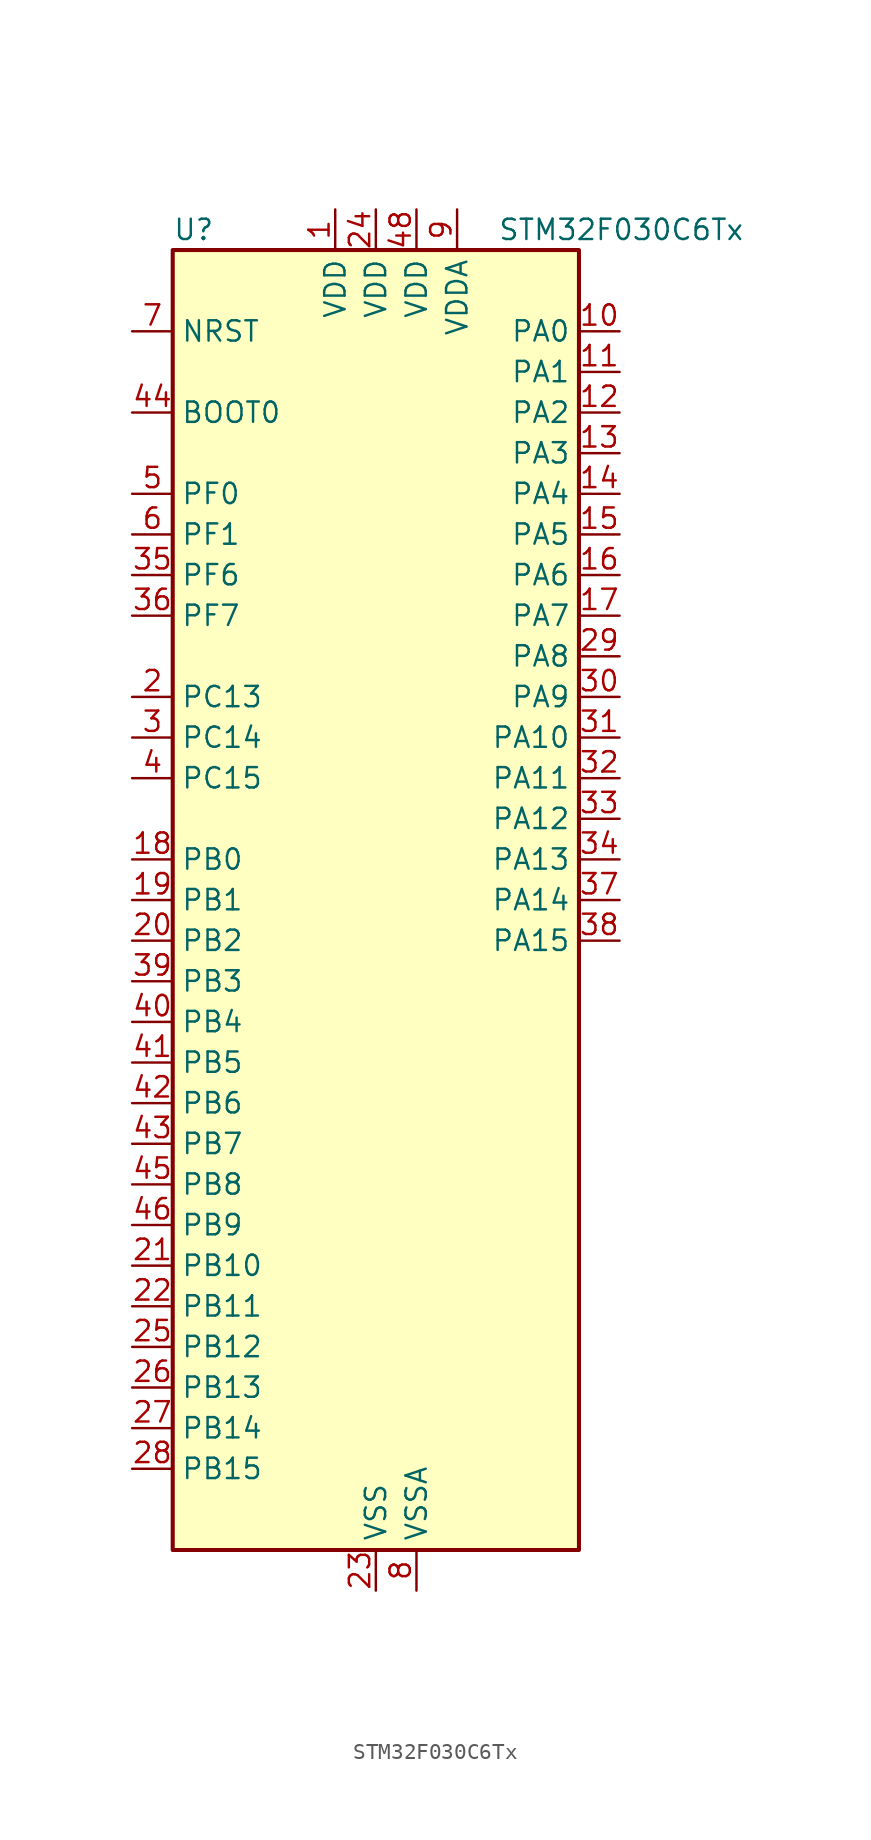
<source format=kicad_sym>
(kicad_symbol_lib
  (version 20241209)
  (generator "kicad_symbol_editor")
  (generator_version "9.0")
  (symbol "STM32F030C6Tx"
    (property "Reference" "U"
      (at -12.7 41.91 0)
      (effects (font (size 1.27 1.27)) (justify left)))
    (property "Value" "STM32F030C6Tx"
      (at 7.62 41.91 0)
      (effects (font (size 1.27 1.27)) (justify left)))
    (symbol "STM32F030C6Tx_0_1"
      (rectangle (start -12.7 -40.64) (end 12.7 40.64) (stroke (width 0.254) (type default)) (fill (type background))))
    (symbol "STM32F030C6Tx_1_1"
      (pin input line (at -15.24 35.56 0) (length 2.54) (name "NRST" (effects (font (size 1.27 1.27)))) (number "7" (effects (font (size 1.27 1.27)))))
      (pin input line (at -15.24 30.48 0) (length 2.54) (name "BOOT0" (effects (font (size 1.27 1.27)))) (number "44" (effects (font (size 1.27 1.27)))))
      (pin bidirectional line (at -15.24 25.4 0) (length 2.54) (name "PF0" (effects (font (size 1.27 1.27)))) (number "5" (effects (font (size 1.27 1.27)))) (alternate "RCC_OSC_IN" bidirectional line))
      (pin bidirectional line (at -15.24 22.86 0) (length 2.54) (name "PF1" (effects (font (size 1.27 1.27)))) (number "6" (effects (font (size 1.27 1.27)))) (alternate "RCC_OSC_OUT" bidirectional line))
      (pin bidirectional line (at -15.24 20.32 0) (length 2.54) (name "PF6" (effects (font (size 1.27 1.27)))) (number "35" (effects (font (size 1.27 1.27)))) (alternate "I2C1_SCL" bidirectional line))
      (pin bidirectional line (at -15.24 17.78 0) (length 2.54) (name "PF7" (effects (font (size 1.27 1.27)))) (number "36" (effects (font (size 1.27 1.27)))) (alternate "I2C1_SDA" bidirectional line))
      (pin bidirectional line (at -15.24 12.7 0) (length 2.54) (name "PC13" (effects (font (size 1.27 1.27)))) (number "2" (effects (font (size 1.27 1.27)))) (alternate "RTC_OUT_ALARM" bidirectional line) (alternate "RTC_OUT_CALIB" bidirectional line) (alternate "RTC_TAMP1" bidirectional line) (alternate "RTC_TS" bidirectional line) (alternate "SYS_WKUP2" bidirectional line))
      (pin bidirectional line (at -15.24 10.16 0) (length 2.54) (name "PC14" (effects (font (size 1.27 1.27)))) (number "3" (effects (font (size 1.27 1.27)))) (alternate "RCC_OSC32_IN" bidirectional line))
      (pin bidirectional line (at -15.24 7.62 0) (length 2.54) (name "PC15" (effects (font (size 1.27 1.27)))) (number "4" (effects (font (size 1.27 1.27)))) (alternate "RCC_OSC32_OUT" bidirectional line))
      (pin bidirectional line (at -15.24 2.54 0) (length 2.54) (name "PB0" (effects (font (size 1.27 1.27)))) (number "18" (effects (font (size 1.27 1.27)))) (alternate "ADC_IN8" bidirectional line) (alternate "TIM1_CH2N" bidirectional line) (alternate "TIM3_CH3" bidirectional line))
      (pin bidirectional line (at -15.24 0 0) (length 2.54) (name "PB1" (effects (font (size 1.27 1.27)))) (number "19" (effects (font (size 1.27 1.27)))) (alternate "ADC_IN9" bidirectional line) (alternate "TIM14_CH1" bidirectional line) (alternate "TIM1_CH3N" bidirectional line) (alternate "TIM3_CH4" bidirectional line))
      (pin bidirectional line (at -15.24 -2.54 0) (length 2.54) (name "PB2" (effects (font (size 1.27 1.27)))) (number "20" (effects (font (size 1.27 1.27)))))
      (pin bidirectional line (at -15.24 -5.08 0) (length 2.54) (name "PB3" (effects (font (size 1.27 1.27)))) (number "39" (effects (font (size 1.27 1.27)))) (alternate "SPI1_SCK" bidirectional line))
      (pin bidirectional line (at -15.24 -7.62 0) (length 2.54) (name "PB4" (effects (font (size 1.27 1.27)))) (number "40" (effects (font (size 1.27 1.27)))) (alternate "SPI1_MISO" bidirectional line) (alternate "TIM3_CH1" bidirectional line))
      (pin bidirectional line (at -15.24 -10.16 0) (length 2.54) (name "PB5" (effects (font (size 1.27 1.27)))) (number "41" (effects (font (size 1.27 1.27)))) (alternate "I2C1_SMBA" bidirectional line) (alternate "SPI1_MOSI" bidirectional line) (alternate "TIM16_BKIN" bidirectional line) (alternate "TIM3_CH2" bidirectional line))
      (pin bidirectional line (at -15.24 -12.7 0) (length 2.54) (name "PB6" (effects (font (size 1.27 1.27)))) (number "42" (effects (font (size 1.27 1.27)))) (alternate "I2C1_SCL" bidirectional line) (alternate "TIM16_CH1N" bidirectional line) (alternate "USART1_TX" bidirectional line))
      (pin bidirectional line (at -15.24 -15.24 0) (length 2.54) (name "PB7" (effects (font (size 1.27 1.27)))) (number "43" (effects (font (size 1.27 1.27)))) (alternate "I2C1_SDA" bidirectional line) (alternate "TIM17_CH1N" bidirectional line) (alternate "USART1_RX" bidirectional line))
      (pin bidirectional line (at -15.24 -17.78 0) (length 2.54) (name "PB8" (effects (font (size 1.27 1.27)))) (number "45" (effects (font (size 1.27 1.27)))) (alternate "I2C1_SCL" bidirectional line) (alternate "TIM16_CH1" bidirectional line))
      (pin bidirectional line (at -15.24 -20.32 0) (length 2.54) (name "PB9" (effects (font (size 1.27 1.27)))) (number "46" (effects (font (size 1.27 1.27)))) (alternate "I2C1_SDA" bidirectional line) (alternate "IR_OUT" bidirectional line) (alternate "TIM17_CH1" bidirectional line))
      (pin bidirectional line (at -15.24 -22.86 0) (length 2.54) (name "PB10" (effects (font (size 1.27 1.27)))) (number "21" (effects (font (size 1.27 1.27)))) (alternate "I2C1_SCL" bidirectional line))
      (pin bidirectional line (at -15.24 -25.4 0) (length 2.54) (name "PB11" (effects (font (size 1.27 1.27)))) (number "22" (effects (font (size 1.27 1.27)))) (alternate "I2C1_SDA" bidirectional line))
      (pin bidirectional line (at -15.24 -27.94 0) (length 2.54) (name "PB12" (effects (font (size 1.27 1.27)))) (number "25" (effects (font (size 1.27 1.27)))) (alternate "SPI1_NSS" bidirectional line) (alternate "TIM1_BKIN" bidirectional line))
      (pin bidirectional line (at -15.24 -30.48 0) (length 2.54) (name "PB13" (effects (font (size 1.27 1.27)))) (number "26" (effects (font (size 1.27 1.27)))) (alternate "SPI1_SCK" bidirectional line) (alternate "TIM1_CH1N" bidirectional line))
      (pin bidirectional line (at -15.24 -33.02 0) (length 2.54) (name "PB14" (effects (font (size 1.27 1.27)))) (number "27" (effects (font (size 1.27 1.27)))) (alternate "SPI1_MISO" bidirectional line) (alternate "TIM1_CH2N" bidirectional line))
      (pin bidirectional line (at -15.24 -35.56 0) (length 2.54) (name "PB15" (effects (font (size 1.27 1.27)))) (number "28" (effects (font (size 1.27 1.27)))) (alternate "RTC_REFIN" bidirectional line) (alternate "SPI1_MOSI" bidirectional line) (alternate "TIM1_CH3N" bidirectional line))
      (pin power_in line (at -2.54 43.18 270) (length 2.54) (name "VDD" (effects (font (size 1.27 1.27)))) (number "1" (effects (font (size 1.27 1.27)))))
      (pin power_in line (at 0 43.18 270) (length 2.54) (name "VDD" (effects (font (size 1.27 1.27)))) (number "24" (effects (font (size 1.27 1.27)))))
      (pin power_in line (at 0 -43.18 90) (length 2.54) (name "VSS" (effects (font (size 1.27 1.27)))) (number "23" (effects (font (size 1.27 1.27)))))
      (pin passive line (at 0 -43.18 90) (length 2.54) (hide yes) (name "VSS" (effects (font (size 1.27 1.27)))) (number "47" (effects (font (size 1.27 1.27)))))
      (pin power_in line (at 2.54 43.18 270) (length 2.54) (name "VDD" (effects (font (size 1.27 1.27)))) (number "48" (effects (font (size 1.27 1.27)))))
      (pin power_in line (at 2.54 -43.18 90) (length 2.54) (name "VSSA" (effects (font (size 1.27 1.27)))) (number "8" (effects (font (size 1.27 1.27)))))
      (pin power_in line (at 5.08 43.18 270) (length 2.54) (name "VDDA" (effects (font (size 1.27 1.27)))) (number "9" (effects (font (size 1.27 1.27)))))
      (pin bidirectional line (at 15.24 35.56 180) (length 2.54) (name "PA0" (effects (font (size 1.27 1.27)))) (number "10" (effects (font (size 1.27 1.27)))) (alternate "ADC_IN0" bidirectional line) (alternate "RTC_TAMP2" bidirectional line) (alternate "SYS_WKUP1" bidirectional line) (alternate "USART1_CTS" bidirectional line))
      (pin bidirectional line (at 15.24 33.02 180) (length 2.54) (name "PA1" (effects (font (size 1.27 1.27)))) (number "11" (effects (font (size 1.27 1.27)))) (alternate "ADC_IN1" bidirectional line) (alternate "USART1_DE" bidirectional line) (alternate "USART1_RTS" bidirectional line))
      (pin bidirectional line (at 15.24 30.48 180) (length 2.54) (name "PA2" (effects (font (size 1.27 1.27)))) (number "12" (effects (font (size 1.27 1.27)))) (alternate "ADC_IN2" bidirectional line) (alternate "USART1_TX" bidirectional line))
      (pin bidirectional line (at 15.24 27.94 180) (length 2.54) (name "PA3" (effects (font (size 1.27 1.27)))) (number "13" (effects (font (size 1.27 1.27)))) (alternate "ADC_IN3" bidirectional line) (alternate "USART1_RX" bidirectional line))
      (pin bidirectional line (at 15.24 25.4 180) (length 2.54) (name "PA4" (effects (font (size 1.27 1.27)))) (number "14" (effects (font (size 1.27 1.27)))) (alternate "ADC_IN4" bidirectional line) (alternate "SPI1_NSS" bidirectional line) (alternate "TIM14_CH1" bidirectional line) (alternate "USART1_CK" bidirectional line))
      (pin bidirectional line (at 15.24 22.86 180) (length 2.54) (name "PA5" (effects (font (size 1.27 1.27)))) (number "15" (effects (font (size 1.27 1.27)))) (alternate "ADC_IN5" bidirectional line) (alternate "SPI1_SCK" bidirectional line))
      (pin bidirectional line (at 15.24 20.32 180) (length 2.54) (name "PA6" (effects (font (size 1.27 1.27)))) (number "16" (effects (font (size 1.27 1.27)))) (alternate "ADC_IN6" bidirectional line) (alternate "SPI1_MISO" bidirectional line) (alternate "TIM16_CH1" bidirectional line) (alternate "TIM1_BKIN" bidirectional line) (alternate "TIM3_CH1" bidirectional line))
      (pin bidirectional line (at 15.24 17.78 180) (length 2.54) (name "PA7" (effects (font (size 1.27 1.27)))) (number "17" (effects (font (size 1.27 1.27)))) (alternate "ADC_IN7" bidirectional line) (alternate "SPI1_MOSI" bidirectional line) (alternate "TIM14_CH1" bidirectional line) (alternate "TIM17_CH1" bidirectional line) (alternate "TIM1_CH1N" bidirectional line) (alternate "TIM3_CH2" bidirectional line))
      (pin bidirectional line (at 15.24 15.24 180) (length 2.54) (name "PA8" (effects (font (size 1.27 1.27)))) (number "29" (effects (font (size 1.27 1.27)))) (alternate "RCC_MCO" bidirectional line) (alternate "TIM1_CH1" bidirectional line) (alternate "USART1_CK" bidirectional line))
      (pin bidirectional line (at 15.24 12.7 180) (length 2.54) (name "PA9" (effects (font (size 1.27 1.27)))) (number "30" (effects (font (size 1.27 1.27)))) (alternate "I2C1_SCL" bidirectional line) (alternate "TIM1_CH2" bidirectional line) (alternate "USART1_TX" bidirectional line))
      (pin bidirectional line (at 15.24 10.16 180) (length 2.54) (name "PA10" (effects (font (size 1.27 1.27)))) (number "31" (effects (font (size 1.27 1.27)))) (alternate "I2C1_SDA" bidirectional line) (alternate "TIM17_BKIN" bidirectional line) (alternate "TIM1_CH3" bidirectional line) (alternate "USART1_RX" bidirectional line))
      (pin bidirectional line (at 15.24 7.62 180) (length 2.54) (name "PA11" (effects (font (size 1.27 1.27)))) (number "32" (effects (font (size 1.27 1.27)))) (alternate "TIM1_CH4" bidirectional line) (alternate "USART1_CTS" bidirectional line))
      (pin bidirectional line (at 15.24 5.08 180) (length 2.54) (name "PA12" (effects (font (size 1.27 1.27)))) (number "33" (effects (font (size 1.27 1.27)))) (alternate "TIM1_ETR" bidirectional line) (alternate "USART1_DE" bidirectional line) (alternate "USART1_RTS" bidirectional line))
      (pin bidirectional line (at 15.24 2.54 180) (length 2.54) (name "PA13" (effects (font (size 1.27 1.27)))) (number "34" (effects (font (size 1.27 1.27)))) (alternate "IR_OUT" bidirectional line) (alternate "SYS_SWDIO" bidirectional line))
      (pin bidirectional line (at 15.24 0 180) (length 2.54) (name "PA14" (effects (font (size 1.27 1.27)))) (number "37" (effects (font (size 1.27 1.27)))) (alternate "SYS_SWCLK" bidirectional line) (alternate "USART1_TX" bidirectional line))
      (pin bidirectional line (at 15.24 -2.54 180) (length 2.54) (name "PA15" (effects (font (size 1.27 1.27)))) (number "38" (effects (font (size 1.27 1.27)))) (alternate "SPI1_NSS" bidirectional line) (alternate "USART1_RX" bidirectional line)))))
</source>
